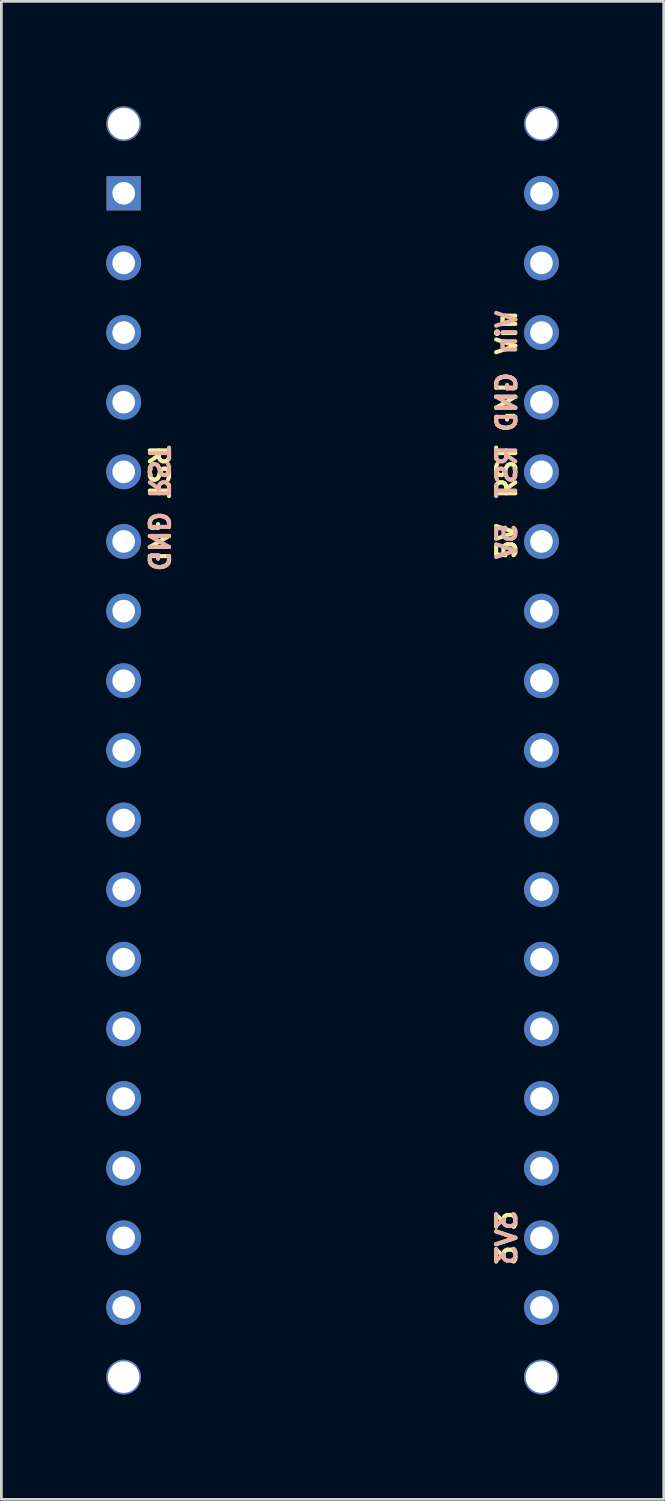
<source format=kicad_pcb>
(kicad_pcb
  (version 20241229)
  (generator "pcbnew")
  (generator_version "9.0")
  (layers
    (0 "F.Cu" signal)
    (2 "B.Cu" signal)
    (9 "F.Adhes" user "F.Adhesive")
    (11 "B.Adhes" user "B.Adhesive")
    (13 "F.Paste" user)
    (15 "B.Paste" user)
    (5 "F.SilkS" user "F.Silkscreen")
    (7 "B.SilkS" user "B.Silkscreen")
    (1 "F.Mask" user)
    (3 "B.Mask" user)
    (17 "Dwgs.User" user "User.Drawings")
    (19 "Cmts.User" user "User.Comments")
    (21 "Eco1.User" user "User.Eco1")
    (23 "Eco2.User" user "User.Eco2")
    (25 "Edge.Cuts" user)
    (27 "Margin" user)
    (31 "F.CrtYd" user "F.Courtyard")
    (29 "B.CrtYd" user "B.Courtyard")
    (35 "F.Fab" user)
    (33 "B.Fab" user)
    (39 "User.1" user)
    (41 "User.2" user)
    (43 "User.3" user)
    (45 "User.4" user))
  (footprint "arduino_micro"
    (layer "F.Cu")
    (at 9.081 16.701)
    (property "Reference" "arduino_micro" (at 0 -2.54 0) (layer "Eco1.User") (effects (font (size 1.27 1.524) (thickness 0.203))))
    (attr through_hole)
    (fp_line (start -8.89 -16.51) (end -8.89 31.75) (stroke (width 0.381) (type solid)) (layer "Margin"))
    (fp_line (start -8.89 -13.716) (end -8.89 16.764) (stroke (width 0.381) (type solid)) (layer "Margin"))
    (fp_line (start -8.89 31.75) (end 8.89 31.75) (stroke (width 0.381) (type solid)) (layer "Margin"))
    (fp_line (start -8.89 31.75) (end 8.89 31.75) (stroke (width 0.381) (type solid)) (layer "Margin"))
    (fp_line (start -6.35 -13.97) (end -8.89 -13.97) (stroke (width 0.381) (type solid)) (layer "Margin"))
    (fp_line (start -6.35 -13.97) (end -6.35 -11.43) (stroke (width 0.381) (type solid)) (layer "Margin"))
    (fp_line (start -6.35 -13.716) (end -6.35 -11.43) (stroke (width 0.381) (type solid)) (layer "Margin"))
    (fp_line (start -6.35 -11.43) (end -8.89 -11.43) (stroke (width 0.381) (type solid)) (layer "Margin"))
    (fp_line (start 8.89 -16.51) (end -8.89 -16.51) (stroke (width 0.381) (type solid)) (layer "Margin"))
    (fp_line (start 8.89 -16.51) (end -8.89 -16.51) (stroke (width 0.381) (type solid)) (layer "Margin"))
    (fp_line (start 8.89 16.764) (end 8.89 -16.51) (stroke (width 0.381) (type solid)) (layer "Margin"))
    (fp_line (start 8.89 31.75) (end 8.89 -16.51) (stroke (width 0.381) (type solid)) (layer "Margin"))
    (fp_text user "3V3" (at 6.35 25.4 90) (unlocked yes) (layer "F.SilkS") (effects (font (size 0.7 0.7) (thickness 0.15))))
    (fp_text user "5V" (at 6.35 0 90) (unlocked yes) (layer "F.SilkS") (effects (font (size 0.7 0.7) (thickness 0.15))))
    (fp_text user "RST" (at -6.35 -2.54 270) (unlocked yes) (layer "F.SilkS") (effects (font (size 0.7 0.7) (thickness 0.15))))
    (fp_text user "RST" (at 6.35 -2.54 90) (layer "F.SilkS") (effects (font (size 0.7 0.7) (thickness 0.15))))
    (fp_text user "GND" (at -6.35 0 270) (unlocked yes) (layer "F.SilkS") (effects (font (size 0.7 0.7) (thickness 0.15))))
    (fp_text user "GND" (at 6.35 -5.08 90) (layer "F.SilkS") (effects (font (size 0.7 0.7) (thickness 0.15))))
    (fp_text user "Vin" (at 6.35 -7.62 90) (layer "F.SilkS") (effects (font (size 0.7 0.7) (thickness 0.15))))
    (fp_text user "RST" (at -6.35 -2.54 270) (unlocked yes) (layer "B.SilkS") (effects (font (size 0.7 0.7) (thickness 0.15)) (justify mirror)))
    (fp_text user "RST" (at 6.35 -2.54 90) (unlocked yes) (layer "B.SilkS") (effects (font (size 0.7 0.7) (thickness 0.15)) (justify mirror)))
    (fp_text user "5V" (at 6.35 0 90) (unlocked yes) (layer "B.SilkS") (effects (font (size 0.7 0.7) (thickness 0.15)) (justify mirror)))
    (fp_text user "GND" (at -6.35 0 270) (unlocked yes) (layer "B.SilkS") (effects (font (size 0.7 0.7) (thickness 0.15)) (justify mirror)))
    (fp_text user "Vin" (at 6.35 -7.62 90) (layer "B.SilkS") (effects (font (size 0.7 0.7) (thickness 0.15)) (justify mirror)))
    (fp_text user "3V3" (at 6.35 25.4 90) (unlocked yes) (layer "B.SilkS") (effects (font (size 0.7 0.7) (thickness 0.15)) (justify mirror)))
    (fp_text user "GND" (at 6.35 -5.08 90) (layer "B.SilkS") (effects (font (size 0.7 0.7) (thickness 0.15)) (justify mirror)))
    (pad "" np_thru_hole circle (at -7.62 -15.24 270) (size 1.27 1.27) (drill 1.152) (layers "*.Cu" "*.Mask"))
    (pad "" np_thru_hole circle (at -7.62 30.48 270) (size 1.27 1.27) (drill 1.152) (layers "*.Cu" "*.Mask"))
    (pad "" np_thru_hole circle (at 7.62 -15.24 270) (size 1.27 1.27) (drill 1.152) (layers "*.Cu" "*.Mask"))
    (pad "" np_thru_hole circle (at 7.62 30.48 270) (size 1.27 1.27) (drill 1.152) (layers "*.Cu" "*.Mask"))
    (pad "1" thru_hole rect (at -7.62 -12.7 270) (size 1.25 1.25) (drill 0.825) (layers "*.Cu" "*.Mask"))
    (pad "2" thru_hole circle (at -7.62 -10.16 270) (size 1.27 1.27) (drill 0.825) (layers "*.Cu" "*.Mask"))
    (pad "3" thru_hole circle (at -7.62 -7.62 270) (size 1.27 1.27) (drill 0.825) (layers "*.Cu" "*.Mask"))
    (pad "4" thru_hole circle (at -7.62 -5.08 270) (size 1.27 1.27) (drill 0.825) (layers "*.Cu" "*.Mask"))
    (pad "5" thru_hole circle (at -7.62 -2.54 270) (size 1.27 1.27) (drill 0.825) (layers "*.Cu" "*.Mask"))
    (pad "6" thru_hole circle (at -7.62 0 270) (size 1.27 1.27) (drill 0.825) (layers "*.Cu" "*.Mask"))
    (pad "7" thru_hole circle (at -7.62 2.54 270) (size 1.27 1.27) (drill 0.825) (layers "*.Cu" "*.Mask"))
    (pad "8" thru_hole circle (at -7.62 5.08 270) (size 1.27 1.27) (drill 0.825) (layers "*.Cu" "*.Mask"))
    (pad "9" thru_hole circle (at -7.62 7.62 270) (size 1.27 1.27) (drill 0.825) (layers "*.Cu" "*.Mask"))
    (pad "10" thru_hole circle (at -7.62 10.16 270) (size 1.27 1.27) (drill 0.825) (layers "*.Cu" "*.Mask"))
    (pad "11" thru_hole circle (at -7.62 12.7 270) (size 1.27 1.27) (drill 0.825) (layers "*.Cu" "*.Mask"))
    (pad "12" thru_hole circle (at -7.62 15.24 270) (size 1.27 1.27) (drill 0.825) (layers "*.Cu" "*.Mask"))
    (pad "13" thru_hole circle (at -7.62 17.78 270) (size 1.27 1.27) (drill 0.825) (layers "*.Cu" "*.Mask"))
    (pad "14" thru_hole circle (at -7.62 20.32 270) (size 1.27 1.27) (drill 0.825) (layers "*.Cu" "*.Mask"))
    (pad "15" thru_hole circle (at -7.62 22.86 270) (size 1.27 1.27) (drill 0.825) (layers "*.Cu" "*.Mask"))
    (pad "16" thru_hole circle (at -7.62 25.4 270) (size 1.27 1.27) (drill 0.825) (layers "*.Cu" "*.Mask"))
    (pad "17" thru_hole circle (at -7.62 27.94 270) (size 1.27 1.27) (drill 0.825) (layers "*.Cu" "*.Mask"))
    (pad "18" thru_hole circle (at 7.62 27.94 270) (size 1.27 1.27) (drill 0.825) (layers "*.Cu" "*.Mask"))
    (pad "19" thru_hole circle (at 7.62 25.4 270) (size 1.27 1.27) (drill 0.825) (layers "*.Cu" "*.Mask"))
    (pad "20" thru_hole circle (at 7.62 22.86 270) (size 1.27 1.27) (drill 0.825) (layers "*.Cu" "*.Mask"))
    (pad "21" thru_hole circle (at 7.62 20.32 90) (size 1.27 1.27) (drill 0.825) (layers "*.Cu" "*.Mask"))
    (pad "22" thru_hole circle (at 7.62 17.78 270) (size 1.27 1.27) (drill 0.825) (layers "*.Cu" "*.Mask"))
    (pad "23" thru_hole circle (at 7.62 15.24 270) (size 1.27 1.27) (drill 0.825) (layers "*.Cu" "*.Mask"))
    (pad "24" thru_hole circle (at 7.62 12.7 270) (size 1.27 1.27) (drill 0.825) (layers "*.Cu" "*.Mask"))
    (pad "25" thru_hole circle (at 7.62 10.16 270) (size 1.27 1.27) (drill 0.825) (layers "*.Cu" "*.Mask"))
    (pad "26" thru_hole circle (at 7.62 7.62 270) (size 1.27 1.27) (drill 0.825) (layers "*.Cu" "*.Mask"))
    (pad "27" thru_hole circle (at 7.62 5.08 270) (size 1.27 1.27) (drill 0.825) (layers "*.Cu" "*.Mask"))
    (pad "28" thru_hole circle (at 7.62 2.54 270) (size 1.27 1.27) (drill 0.825) (layers "*.Cu" "*.Mask"))
    (pad "29" thru_hole circle (at 7.62 0 270) (size 1.27 1.27) (drill 0.825) (layers "*.Cu" "*.Mask"))
    (pad "30" thru_hole circle (at 7.62 -2.54 270) (size 1.27 1.27) (drill 0.825) (layers "*.Cu" "*.Mask"))
    (pad "31" thru_hole circle (at 7.62 -5.08 270) (size 1.27 1.27) (drill 0.825) (layers "*.Cu" "*.Mask"))
    (pad "32" thru_hole circle (at 7.62 -7.62 270) (size 1.27 1.27) (drill 0.825) (layers "*.Cu" "*.Mask"))
    (pad "33" thru_hole circle (at 7.62 -10.16 270) (size 1.27 1.27) (drill 0.825) (layers "*.Cu" "*.Mask"))
    (pad "34" thru_hole circle (at 7.62 -12.7 270) (size 1.27 1.27) (drill 0.825) (layers "*.Cu" "*.Mask")))
  (gr_rect
    (start -3 -3)
    (end 21.161 51.641)
    (stroke (width 0.1) (type default))
    (fill no)
    (layer "Edge.Cuts")))
</source>
